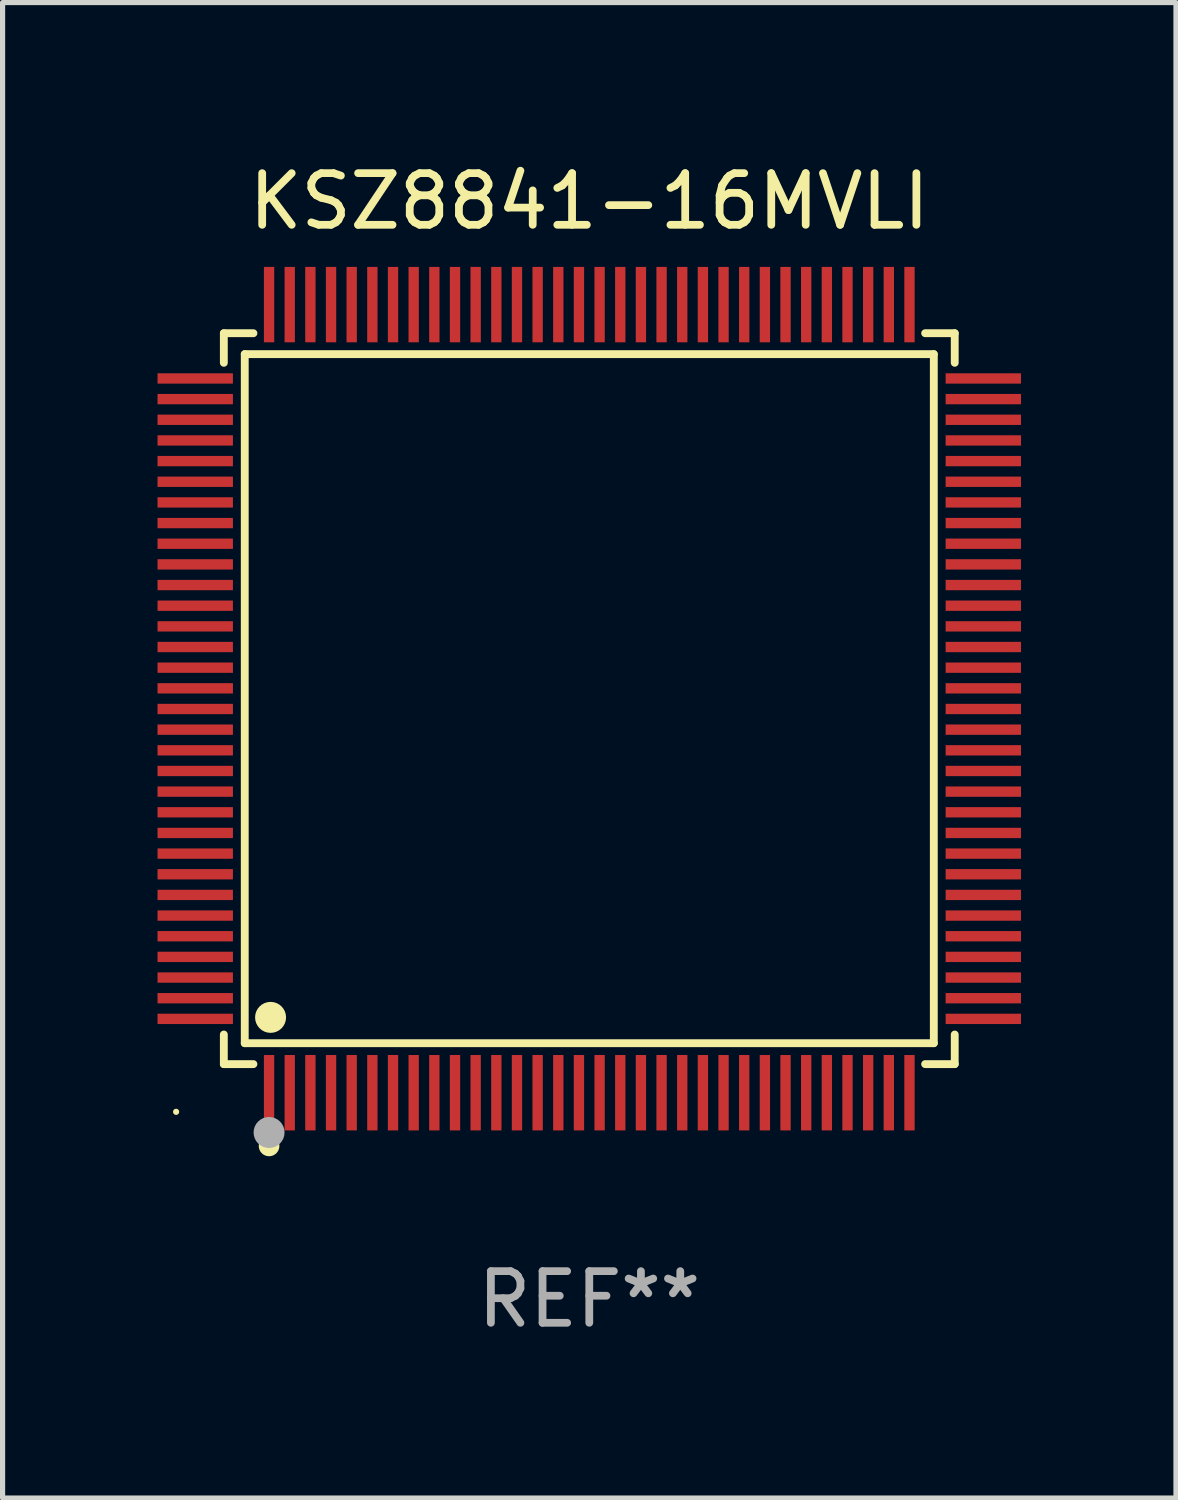
<source format=kicad_pcb>
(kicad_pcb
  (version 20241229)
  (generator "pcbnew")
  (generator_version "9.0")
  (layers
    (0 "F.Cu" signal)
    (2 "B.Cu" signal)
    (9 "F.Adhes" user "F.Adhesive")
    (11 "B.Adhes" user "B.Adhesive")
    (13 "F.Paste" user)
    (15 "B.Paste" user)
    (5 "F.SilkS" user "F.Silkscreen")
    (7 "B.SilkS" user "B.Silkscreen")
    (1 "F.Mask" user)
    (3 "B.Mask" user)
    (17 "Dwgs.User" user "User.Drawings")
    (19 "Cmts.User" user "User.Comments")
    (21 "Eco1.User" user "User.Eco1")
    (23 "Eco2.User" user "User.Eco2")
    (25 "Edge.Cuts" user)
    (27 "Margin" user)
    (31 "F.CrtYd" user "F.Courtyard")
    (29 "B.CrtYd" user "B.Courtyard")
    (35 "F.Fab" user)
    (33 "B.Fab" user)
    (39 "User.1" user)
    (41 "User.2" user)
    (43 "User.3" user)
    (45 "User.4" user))
  (footprint "KSZ8841-16MVLI"
    (layer "F.Cu")
    (at 8.36 10.478)
    (property "Reference" "KSZ8841-16MVLI" (at 0 -9.63 0) (layer "F.SilkS") (effects (font (size 1 1) (thickness 0.15))))
    (attr through_hole)
    (fp_line (start -7.076 -7.076) (end -6.503 -7.076) (stroke (width 0.152) (type solid)) (layer "F.SilkS"))
    (fp_line (start -7.076 -6.503) (end -7.076 -7.076) (stroke (width 0.152) (type solid)) (layer "F.SilkS"))
    (fp_line (start -7.076 6.503) (end -7.076 7.076) (stroke (width 0.152) (type solid)) (layer "F.SilkS"))
    (fp_line (start -7.076 7.076) (end -6.503 7.076) (stroke (width 0.152) (type solid)) (layer "F.SilkS"))
    (fp_line (start -6.671 -6.671) (end 6.671 -6.671) (stroke (width 0.152) (type solid)) (layer "F.SilkS"))
    (fp_line (start -6.671 6.671) (end -6.671 -6.671) (stroke (width 0.152) (type solid)) (layer "F.SilkS"))
    (fp_line (start 6.671 -6.671) (end 6.671 6.671) (stroke (width 0.152) (type solid)) (layer "F.SilkS"))
    (fp_line (start 6.671 6.671) (end -6.671 6.671) (stroke (width 0.152) (type solid)) (layer "F.SilkS"))
    (fp_line (start 7.076 -7.076) (end 6.503 -7.076) (stroke (width 0.152) (type solid)) (layer "F.SilkS"))
    (fp_line (start 7.076 -6.503) (end 7.076 -7.076) (stroke (width 0.152) (type solid)) (layer "F.SilkS"))
    (fp_line (start 7.076 6.503) (end 7.076 7.076) (stroke (width 0.152) (type solid)) (layer "F.SilkS"))
    (fp_line (start 7.076 7.076) (end 6.503 7.076) (stroke (width 0.152) (type solid)) (layer "F.SilkS"))
    (fp_circle (center -8 8) (end -7.97 8) (stroke (width 0.06) (type solid)) (fill no) (layer "F.SilkS"))
    (fp_circle (center -6.2 8.66) (end -6.1 8.66) (stroke (width 0.2) (type solid)) (fill no) (layer "F.SilkS"))
    (fp_circle (center -6.171 6.171) (end -6.021 6.171) (stroke (width 0.3) (type solid)) (fill no) (layer "F.SilkS"))
    (fp_circle (center -6.2 8.4) (end -6.05 8.4) (stroke (width 0.3) (type solid)) (fill no) (layer "F.Fab"))
    (fp_text user "REF**" (at 0 11.63 0) (layer "F.Fab") (effects (font (size 1 1) (thickness 0.15))))
    (pad "1" smd rect (at -6.2 7.63) (size 0.2 1.46) (layers "F.Cu" "F.Mask" "F.Paste"))
    (pad "2" smd rect (at -5.8 7.63) (size 0.2 1.46) (layers "F.Cu" "F.Mask" "F.Paste"))
    (pad "3" smd rect (at -5.4 7.63) (size 0.2 1.46) (layers "F.Cu" "F.Mask" "F.Paste"))
    (pad "4" smd rect (at -5 7.63) (size 0.2 1.46) (layers "F.Cu" "F.Mask" "F.Paste"))
    (pad "5" smd rect (at -4.6 7.63) (size 0.2 1.46) (layers "F.Cu" "F.Mask" "F.Paste"))
    (pad "6" smd rect (at -4.2 7.63) (size 0.2 1.46) (layers "F.Cu" "F.Mask" "F.Paste"))
    (pad "7" smd rect (at -3.8 7.63) (size 0.2 1.46) (layers "F.Cu" "F.Mask" "F.Paste"))
    (pad "8" smd rect (at -3.4 7.63) (size 0.2 1.46) (layers "F.Cu" "F.Mask" "F.Paste"))
    (pad "9" smd rect (at -3 7.63) (size 0.2 1.46) (layers "F.Cu" "F.Mask" "F.Paste"))
    (pad "10" smd rect (at -2.6 7.63) (size 0.2 1.46) (layers "F.Cu" "F.Mask" "F.Paste"))
    (pad "11" smd rect (at -2.2 7.63) (size 0.2 1.46) (layers "F.Cu" "F.Mask" "F.Paste"))
    (pad "12" smd rect (at -1.8 7.63) (size 0.2 1.46) (layers "F.Cu" "F.Mask" "F.Paste"))
    (pad "13" smd rect (at -1.4 7.63) (size 0.2 1.46) (layers "F.Cu" "F.Mask" "F.Paste"))
    (pad "14" smd rect (at -1 7.63) (size 0.2 1.46) (layers "F.Cu" "F.Mask" "F.Paste"))
    (pad "15" smd rect (at -0.6 7.63) (size 0.2 1.46) (layers "F.Cu" "F.Mask" "F.Paste"))
    (pad "16" smd rect (at -0.2 7.63) (size 0.2 1.46) (layers "F.Cu" "F.Mask" "F.Paste"))
    (pad "17" smd rect (at 0.2 7.63) (size 0.2 1.46) (layers "F.Cu" "F.Mask" "F.Paste"))
    (pad "18" smd rect (at 0.6 7.63) (size 0.2 1.46) (layers "F.Cu" "F.Mask" "F.Paste"))
    (pad "19" smd rect (at 1 7.63) (size 0.2 1.46) (layers "F.Cu" "F.Mask" "F.Paste"))
    (pad "20" smd rect (at 1.4 7.63) (size 0.2 1.46) (layers "F.Cu" "F.Mask" "F.Paste"))
    (pad "21" smd rect (at 1.8 7.63) (size 0.2 1.46) (layers "F.Cu" "F.Mask" "F.Paste"))
    (pad "22" smd rect (at 2.2 7.63) (size 0.2 1.46) (layers "F.Cu" "F.Mask" "F.Paste"))
    (pad "23" smd rect (at 2.6 7.63) (size 0.2 1.46) (layers "F.Cu" "F.Mask" "F.Paste"))
    (pad "24" smd rect (at 3 7.63) (size 0.2 1.46) (layers "F.Cu" "F.Mask" "F.Paste"))
    (pad "25" smd rect (at 3.4 7.63) (size 0.2 1.46) (layers "F.Cu" "F.Mask" "F.Paste"))
    (pad "26" smd rect (at 3.8 7.63) (size 0.2 1.46) (layers "F.Cu" "F.Mask" "F.Paste"))
    (pad "27" smd rect (at 4.2 7.63) (size 0.2 1.46) (layers "F.Cu" "F.Mask" "F.Paste"))
    (pad "28" smd rect (at 4.6 7.63) (size 0.2 1.46) (layers "F.Cu" "F.Mask" "F.Paste"))
    (pad "29" smd rect (at 5 7.63) (size 0.2 1.46) (layers "F.Cu" "F.Mask" "F.Paste"))
    (pad "30" smd rect (at 5.4 7.63) (size 0.2 1.46) (layers "F.Cu" "F.Mask" "F.Paste"))
    (pad "31" smd rect (at 5.8 7.63) (size 0.2 1.46) (layers "F.Cu" "F.Mask" "F.Paste"))
    (pad "32" smd rect (at 6.2 7.63) (size 0.2 1.46) (layers "F.Cu" "F.Mask" "F.Paste"))
    (pad "33" smd rect (at 7.63 6.2) (size 1.46 0.2) (layers "F.Cu" "F.Mask" "F.Paste"))
    (pad "34" smd rect (at 7.63 5.8) (size 1.46 0.2) (layers "F.Cu" "F.Mask" "F.Paste"))
    (pad "35" smd rect (at 7.63 5.4) (size 1.46 0.2) (layers "F.Cu" "F.Mask" "F.Paste"))
    (pad "36" smd rect (at 7.63 5) (size 1.46 0.2) (layers "F.Cu" "F.Mask" "F.Paste"))
    (pad "37" smd rect (at 7.63 4.6) (size 1.46 0.2) (layers "F.Cu" "F.Mask" "F.Paste"))
    (pad "38" smd rect (at 7.63 4.2) (size 1.46 0.2) (layers "F.Cu" "F.Mask" "F.Paste"))
    (pad "39" smd rect (at 7.63 3.8) (size 1.46 0.2) (layers "F.Cu" "F.Mask" "F.Paste"))
    (pad "40" smd rect (at 7.63 3.4) (size 1.46 0.2) (layers "F.Cu" "F.Mask" "F.Paste"))
    (pad "41" smd rect (at 7.63 3) (size 1.46 0.2) (layers "F.Cu" "F.Mask" "F.Paste"))
    (pad "42" smd rect (at 7.63 2.6) (size 1.46 0.2) (layers "F.Cu" "F.Mask" "F.Paste"))
    (pad "43" smd rect (at 7.63 2.2) (size 1.46 0.2) (layers "F.Cu" "F.Mask" "F.Paste"))
    (pad "44" smd rect (at 7.63 1.8) (size 1.46 0.2) (layers "F.Cu" "F.Mask" "F.Paste"))
    (pad "45" smd rect (at 7.63 1.4) (size 1.46 0.2) (layers "F.Cu" "F.Mask" "F.Paste"))
    (pad "46" smd rect (at 7.63 1) (size 1.46 0.2) (layers "F.Cu" "F.Mask" "F.Paste"))
    (pad "47" smd rect (at 7.63 0.6) (size 1.46 0.2) (layers "F.Cu" "F.Mask" "F.Paste"))
    (pad "48" smd rect (at 7.63 0.2) (size 1.46 0.2) (layers "F.Cu" "F.Mask" "F.Paste"))
    (pad "49" smd rect (at 7.63 -0.2) (size 1.46 0.2) (layers "F.Cu" "F.Mask" "F.Paste"))
    (pad "50" smd rect (at 7.63 -0.6) (size 1.46 0.2) (layers "F.Cu" "F.Mask" "F.Paste"))
    (pad "51" smd rect (at 7.63 -1) (size 1.46 0.2) (layers "F.Cu" "F.Mask" "F.Paste"))
    (pad "52" smd rect (at 7.63 -1.4) (size 1.46 0.2) (layers "F.Cu" "F.Mask" "F.Paste"))
    (pad "53" smd rect (at 7.63 -1.8) (size 1.46 0.2) (layers "F.Cu" "F.Mask" "F.Paste"))
    (pad "54" smd rect (at 7.63 -2.2) (size 1.46 0.2) (layers "F.Cu" "F.Mask" "F.Paste"))
    (pad "55" smd rect (at 7.63 -2.6) (size 1.46 0.2) (layers "F.Cu" "F.Mask" "F.Paste"))
    (pad "56" smd rect (at 7.63 -3) (size 1.46 0.2) (layers "F.Cu" "F.Mask" "F.Paste"))
    (pad "57" smd rect (at 7.63 -3.4) (size 1.46 0.2) (layers "F.Cu" "F.Mask" "F.Paste"))
    (pad "58" smd rect (at 7.63 -3.8) (size 1.46 0.2) (layers "F.Cu" "F.Mask" "F.Paste"))
    (pad "59" smd rect (at 7.63 -4.2) (size 1.46 0.2) (layers "F.Cu" "F.Mask" "F.Paste"))
    (pad "60" smd rect (at 7.63 -4.6) (size 1.46 0.2) (layers "F.Cu" "F.Mask" "F.Paste"))
    (pad "61" smd rect (at 7.63 -5) (size 1.46 0.2) (layers "F.Cu" "F.Mask" "F.Paste"))
    (pad "62" smd rect (at 7.63 -5.4) (size 1.46 0.2) (layers "F.Cu" "F.Mask" "F.Paste"))
    (pad "63" smd rect (at 7.63 -5.8) (size 1.46 0.2) (layers "F.Cu" "F.Mask" "F.Paste"))
    (pad "64" smd rect (at 7.63 -6.2) (size 1.46 0.2) (layers "F.Cu" "F.Mask" "F.Paste"))
    (pad "65" smd rect (at 6.2 -7.63) (size 0.2 1.46) (layers "F.Cu" "F.Mask" "F.Paste"))
    (pad "66" smd rect (at 5.8 -7.63) (size 0.2 1.46) (layers "F.Cu" "F.Mask" "F.Paste"))
    (pad "67" smd rect (at 5.4 -7.63) (size 0.2 1.46) (layers "F.Cu" "F.Mask" "F.Paste"))
    (pad "68" smd rect (at 5 -7.63) (size 0.2 1.46) (layers "F.Cu" "F.Mask" "F.Paste"))
    (pad "69" smd rect (at 4.6 -7.63) (size 0.2 1.46) (layers "F.Cu" "F.Mask" "F.Paste"))
    (pad "70" smd rect (at 4.2 -7.63) (size 0.2 1.46) (layers "F.Cu" "F.Mask" "F.Paste"))
    (pad "71" smd rect (at 3.8 -7.63) (size 0.2 1.46) (layers "F.Cu" "F.Mask" "F.Paste"))
    (pad "72" smd rect (at 3.4 -7.63) (size 0.2 1.46) (layers "F.Cu" "F.Mask" "F.Paste"))
    (pad "73" smd rect (at 3 -7.63) (size 0.2 1.46) (layers "F.Cu" "F.Mask" "F.Paste"))
    (pad "74" smd rect (at 2.6 -7.63) (size 0.2 1.46) (layers "F.Cu" "F.Mask" "F.Paste"))
    (pad "75" smd rect (at 2.2 -7.63) (size 0.2 1.46) (layers "F.Cu" "F.Mask" "F.Paste"))
    (pad "76" smd rect (at 1.8 -7.63) (size 0.2 1.46) (layers "F.Cu" "F.Mask" "F.Paste"))
    (pad "77" smd rect (at 1.4 -7.63) (size 0.2 1.46) (layers "F.Cu" "F.Mask" "F.Paste"))
    (pad "78" smd rect (at 1 -7.63) (size 0.2 1.46) (layers "F.Cu" "F.Mask" "F.Paste"))
    (pad "79" smd rect (at 0.6 -7.63) (size 0.2 1.46) (layers "F.Cu" "F.Mask" "F.Paste"))
    (pad "80" smd rect (at 0.2 -7.63) (size 0.2 1.46) (layers "F.Cu" "F.Mask" "F.Paste"))
    (pad "81" smd rect (at -0.2 -7.63) (size 0.2 1.46) (layers "F.Cu" "F.Mask" "F.Paste"))
    (pad "82" smd rect (at -0.6 -7.63) (size 0.2 1.46) (layers "F.Cu" "F.Mask" "F.Paste"))
    (pad "83" smd rect (at -1 -7.63) (size 0.2 1.46) (layers "F.Cu" "F.Mask" "F.Paste"))
    (pad "84" smd rect (at -1.4 -7.63) (size 0.2 1.46) (layers "F.Cu" "F.Mask" "F.Paste"))
    (pad "85" smd rect (at -1.8 -7.63) (size 0.2 1.46) (layers "F.Cu" "F.Mask" "F.Paste"))
    (pad "86" smd rect (at -2.2 -7.63) (size 0.2 1.46) (layers "F.Cu" "F.Mask" "F.Paste"))
    (pad "87" smd rect (at -2.6 -7.63) (size 0.2 1.46) (layers "F.Cu" "F.Mask" "F.Paste"))
    (pad "88" smd rect (at -3 -7.63) (size 0.2 1.46) (layers "F.Cu" "F.Mask" "F.Paste"))
    (pad "89" smd rect (at -3.4 -7.63) (size 0.2 1.46) (layers "F.Cu" "F.Mask" "F.Paste"))
    (pad "90" smd rect (at -3.8 -7.63) (size 0.2 1.46) (layers "F.Cu" "F.Mask" "F.Paste"))
    (pad "91" smd rect (at -4.2 -7.63) (size 0.2 1.46) (layers "F.Cu" "F.Mask" "F.Paste"))
    (pad "92" smd rect (at -4.6 -7.63) (size 0.2 1.46) (layers "F.Cu" "F.Mask" "F.Paste"))
    (pad "93" smd rect (at -5 -7.63) (size 0.2 1.46) (layers "F.Cu" "F.Mask" "F.Paste"))
    (pad "94" smd rect (at -5.4 -7.63) (size 0.2 1.46) (layers "F.Cu" "F.Mask" "F.Paste"))
    (pad "95" smd rect (at -5.8 -7.63) (size 0.2 1.46) (layers "F.Cu" "F.Mask" "F.Paste"))
    (pad "96" smd rect (at -6.2 -7.63) (size 0.2 1.46) (layers "F.Cu" "F.Mask" "F.Paste"))
    (pad "97" smd rect (at -7.63 -6.2) (size 1.46 0.2) (layers "F.Cu" "F.Mask" "F.Paste"))
    (pad "98" smd rect (at -7.63 -5.8) (size 1.46 0.2) (layers "F.Cu" "F.Mask" "F.Paste"))
    (pad "99" smd rect (at -7.63 -5.4) (size 1.46 0.2) (layers "F.Cu" "F.Mask" "F.Paste"))
    (pad "100" smd rect (at -7.63 -5) (size 1.46 0.2) (layers "F.Cu" "F.Mask" "F.Paste"))
    (pad "101" smd rect (at -7.63 -4.6) (size 1.46 0.2) (layers "F.Cu" "F.Mask" "F.Paste"))
    (pad "102" smd rect (at -7.63 -4.2) (size 1.46 0.2) (layers "F.Cu" "F.Mask" "F.Paste"))
    (pad "103" smd rect (at -7.63 -3.8) (size 1.46 0.2) (layers "F.Cu" "F.Mask" "F.Paste"))
    (pad "104" smd rect (at -7.63 -3.4) (size 1.46 0.2) (layers "F.Cu" "F.Mask" "F.Paste"))
    (pad "105" smd rect (at -7.63 -3) (size 1.46 0.2) (layers "F.Cu" "F.Mask" "F.Paste"))
    (pad "106" smd rect (at -7.63 -2.6) (size 1.46 0.2) (layers "F.Cu" "F.Mask" "F.Paste"))
    (pad "107" smd rect (at -7.63 -2.2) (size 1.46 0.2) (layers "F.Cu" "F.Mask" "F.Paste"))
    (pad "108" smd rect (at -7.63 -1.8) (size 1.46 0.2) (layers "F.Cu" "F.Mask" "F.Paste"))
    (pad "109" smd rect (at -7.63 -1.4) (size 1.46 0.2) (layers "F.Cu" "F.Mask" "F.Paste"))
    (pad "110" smd rect (at -7.63 -1) (size 1.46 0.2) (layers "F.Cu" "F.Mask" "F.Paste"))
    (pad "111" smd rect (at -7.63 -0.6) (size 1.46 0.2) (layers "F.Cu" "F.Mask" "F.Paste"))
    (pad "112" smd rect (at -7.63 -0.2) (size 1.46 0.2) (layers "F.Cu" "F.Mask" "F.Paste"))
    (pad "113" smd rect (at -7.63 0.2) (size 1.46 0.2) (layers "F.Cu" "F.Mask" "F.Paste"))
    (pad "114" smd rect (at -7.63 0.6) (size 1.46 0.2) (layers "F.Cu" "F.Mask" "F.Paste"))
    (pad "115" smd rect (at -7.63 1) (size 1.46 0.2) (layers "F.Cu" "F.Mask" "F.Paste"))
    (pad "116" smd rect (at -7.63 1.4) (size 1.46 0.2) (layers "F.Cu" "F.Mask" "F.Paste"))
    (pad "117" smd rect (at -7.63 1.8) (size 1.46 0.2) (layers "F.Cu" "F.Mask" "F.Paste"))
    (pad "118" smd rect (at -7.63 2.2) (size 1.46 0.2) (layers "F.Cu" "F.Mask" "F.Paste"))
    (pad "119" smd rect (at -7.63 2.6) (size 1.46 0.2) (layers "F.Cu" "F.Mask" "F.Paste"))
    (pad "120" smd rect (at -7.63 3) (size 1.46 0.2) (layers "F.Cu" "F.Mask" "F.Paste"))
    (pad "121" smd rect (at -7.63 3.4) (size 1.46 0.2) (layers "F.Cu" "F.Mask" "F.Paste"))
    (pad "122" smd rect (at -7.63 3.8) (size 1.46 0.2) (layers "F.Cu" "F.Mask" "F.Paste"))
    (pad "123" smd rect (at -7.63 4.2) (size 1.46 0.2) (layers "F.Cu" "F.Mask" "F.Paste"))
    (pad "124" smd rect (at -7.63 4.6) (size 1.46 0.2) (layers "F.Cu" "F.Mask" "F.Paste"))
    (pad "125" smd rect (at -7.63 5) (size 1.46 0.2) (layers "F.Cu" "F.Mask" "F.Paste"))
    (pad "126" smd rect (at -7.63 5.4) (size 1.46 0.2) (layers "F.Cu" "F.Mask" "F.Paste"))
    (pad "127" smd rect (at -7.63 5.8) (size 1.46 0.2) (layers "F.Cu" "F.Mask" "F.Paste"))
    (pad "128" smd rect (at -7.63 6.2) (size 1.46 0.2) (layers "F.Cu" "F.Mask" "F.Paste")))
  (gr_rect
    (start -3 -3)
    (end 19.72 25.956)
    (stroke (width 0.1) (type default))
    (fill no)
    (layer "Edge.Cuts")))
</source>
